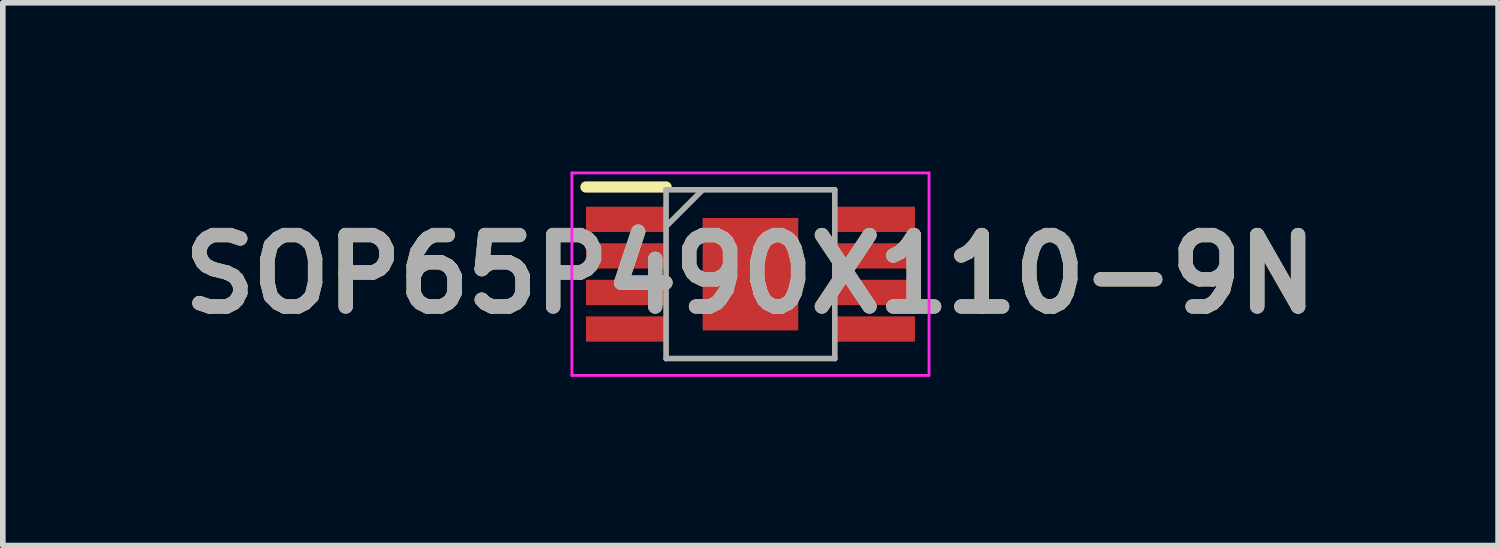
<source format=kicad_pcb>
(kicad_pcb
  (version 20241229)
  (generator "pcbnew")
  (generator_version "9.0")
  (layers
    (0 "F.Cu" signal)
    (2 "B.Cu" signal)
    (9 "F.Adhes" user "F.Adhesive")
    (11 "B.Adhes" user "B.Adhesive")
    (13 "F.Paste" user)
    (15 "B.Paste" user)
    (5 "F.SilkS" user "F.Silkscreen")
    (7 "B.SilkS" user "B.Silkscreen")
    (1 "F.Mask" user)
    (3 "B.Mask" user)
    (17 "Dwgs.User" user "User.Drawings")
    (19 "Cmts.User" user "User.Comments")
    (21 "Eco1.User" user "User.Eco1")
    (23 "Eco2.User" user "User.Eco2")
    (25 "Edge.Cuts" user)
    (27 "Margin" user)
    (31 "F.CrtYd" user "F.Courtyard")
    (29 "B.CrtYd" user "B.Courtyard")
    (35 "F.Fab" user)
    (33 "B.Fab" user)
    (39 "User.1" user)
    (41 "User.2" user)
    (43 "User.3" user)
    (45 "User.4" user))
  (footprint "SOP65P490X110-9N"
    (layer "F.Cu")
    (at 10.293 1.825)
    (property "Reference" "SOP65P490X110-9N" (at 0 0 0) (layer "F.SilkS") (effects (font (size 1.27 1.27) (thickness 0.254))))
    (attr smd)
    (fp_line (start -2.925 -1.55) (end -1.5 -1.55) (stroke (width 0.2) (type solid)) (layer "F.SilkS"))
    (fp_line (start -3.175 -1.8) (end 3.175 -1.8) (stroke (width 0.05) (type solid)) (layer "F.CrtYd"))
    (fp_line (start -3.175 1.8) (end -3.175 -1.8) (stroke (width 0.05) (type solid)) (layer "F.CrtYd"))
    (fp_line (start 3.175 -1.8) (end 3.175 1.8) (stroke (width 0.05) (type solid)) (layer "F.CrtYd"))
    (fp_line (start 3.175 1.8) (end -3.175 1.8) (stroke (width 0.05) (type solid)) (layer "F.CrtYd"))
    (fp_line (start -1.5 -1.5) (end 1.5 -1.5) (stroke (width 0.1) (type solid)) (layer "F.Fab"))
    (fp_line (start -1.5 -0.85) (end -0.85 -1.5) (stroke (width 0.1) (type solid)) (layer "F.Fab"))
    (fp_line (start -1.5 1.5) (end -1.5 -1.5) (stroke (width 0.1) (type solid)) (layer "F.Fab"))
    (fp_line (start 1.5 -1.5) (end 1.5 1.5) (stroke (width 0.1) (type solid)) (layer "F.Fab"))
    (fp_line (start 1.5 1.5) (end -1.5 1.5) (stroke (width 0.1) (type solid)) (layer "F.Fab"))
    (fp_text user "${REFERENCE}" (at 0 0 0) (layer "F.Fab") (effects (font (size 1.27 1.27) (thickness 0.254))))
    (pad "1" smd rect (at -2.212 -0.975 90) (size 0.45 1.425) (layers "F.Cu" "F.Mask" "F.Paste"))
    (pad "2" smd rect (at -2.212 -0.325 90) (size 0.45 1.425) (layers "F.Cu" "F.Mask" "F.Paste"))
    (pad "3" smd rect (at -2.212 0.325 90) (size 0.45 1.425) (layers "F.Cu" "F.Mask" "F.Paste"))
    (pad "4" smd rect (at -2.212 0.975 90) (size 0.45 1.425) (layers "F.Cu" "F.Mask" "F.Paste"))
    (pad "5" smd rect (at 2.212 0.975 90) (size 0.45 1.425) (layers "F.Cu" "F.Mask" "F.Paste"))
    (pad "6" smd rect (at 2.212 0.325 90) (size 0.45 1.425) (layers "F.Cu" "F.Mask" "F.Paste"))
    (pad "7" smd rect (at 2.212 -0.325 90) (size 0.45 1.425) (layers "F.Cu" "F.Mask" "F.Paste"))
    (pad "8" smd rect (at 2.212 -0.975 90) (size 0.45 1.425) (layers "F.Cu" "F.Mask" "F.Paste"))
    (pad "9" smd rect (at 0 0) (size 1.7 2) (layers "F.Cu" "F.Mask" "F.Paste")))
  (gr_rect
    (start -3 -3)
    (end 23.586 6.65)
    (stroke (width 0.1) (type default))
    (fill no)
    (layer "Edge.Cuts")))
</source>
